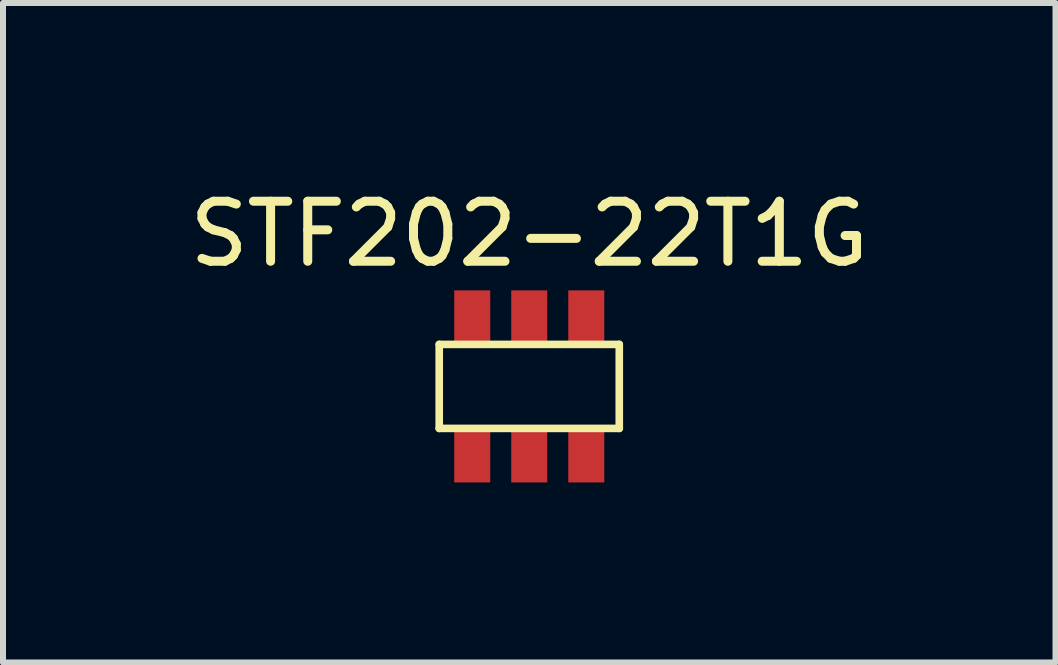
<source format=kicad_pcb>
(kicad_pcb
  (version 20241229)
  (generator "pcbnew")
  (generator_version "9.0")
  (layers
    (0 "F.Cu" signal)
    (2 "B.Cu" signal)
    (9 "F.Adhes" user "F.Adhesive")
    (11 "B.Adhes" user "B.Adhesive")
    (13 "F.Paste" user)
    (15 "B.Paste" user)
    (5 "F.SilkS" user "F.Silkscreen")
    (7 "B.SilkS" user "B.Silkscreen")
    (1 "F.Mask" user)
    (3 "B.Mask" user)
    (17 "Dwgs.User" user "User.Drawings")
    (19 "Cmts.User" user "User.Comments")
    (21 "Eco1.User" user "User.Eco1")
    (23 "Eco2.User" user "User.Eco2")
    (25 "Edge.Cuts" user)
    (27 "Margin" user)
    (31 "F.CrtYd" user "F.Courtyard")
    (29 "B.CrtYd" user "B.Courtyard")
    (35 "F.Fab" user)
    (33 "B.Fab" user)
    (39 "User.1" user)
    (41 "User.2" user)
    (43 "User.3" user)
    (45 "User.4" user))
  (footprint "STF202-22T1G"
    (layer "F.Cu")
    (at 5.768 3.388)
    (property "Reference" "STF202-22T1G" (at 0 -2.54 0) (layer "F.SilkS") (effects (font (size 1 1) (thickness 0.15))))
    (attr through_hole)
    (fp_line (start -1.5 -0.7) (end 1.5 -0.7) (stroke (width 0.127) (type solid)) (layer "F.SilkS"))
    (fp_line (start -1.5 0.7) (end -1.5 -0.7) (stroke (width 0.127) (type solid)) (layer "F.SilkS"))
    (fp_line (start 1.5 -0.7) (end 1.5 0.7) (stroke (width 0.127) (type solid)) (layer "F.SilkS"))
    (fp_line (start 1.5 0.7) (end -1.5 0.7) (stroke (width 0.127) (type solid)) (layer "F.SilkS"))
    (pad "1" smd rect (at -0.95 1.125 90) (size 0.95 0.6) (layers "F.Cu" "F.Mask" "F.Paste"))
    (pad "2" smd rect (at 0 1.125 90) (size 0.95 0.6) (layers "F.Cu" "F.Mask" "F.Paste"))
    (pad "3" smd rect (at 0.95 1.125 90) (size 0.95 0.6) (layers "F.Cu" "F.Mask" "F.Paste"))
    (pad "4" smd rect (at 0.95 -1.125 90) (size 0.95 0.6) (layers "F.Cu" "F.Mask" "F.Paste"))
    (pad "5" smd rect (at 0 -1.125 90) (size 0.95 0.6) (layers "F.Cu" "F.Mask" "F.Paste"))
    (pad "6" smd rect (at -0.95 -1.125 90) (size 0.95 0.6) (layers "F.Cu" "F.Mask" "F.Paste")))
  (gr_rect
    (start -3 -3)
    (end 14.536 7.988)
    (stroke (width 0.1) (type default))
    (fill no)
    (layer "Edge.Cuts")))
</source>
